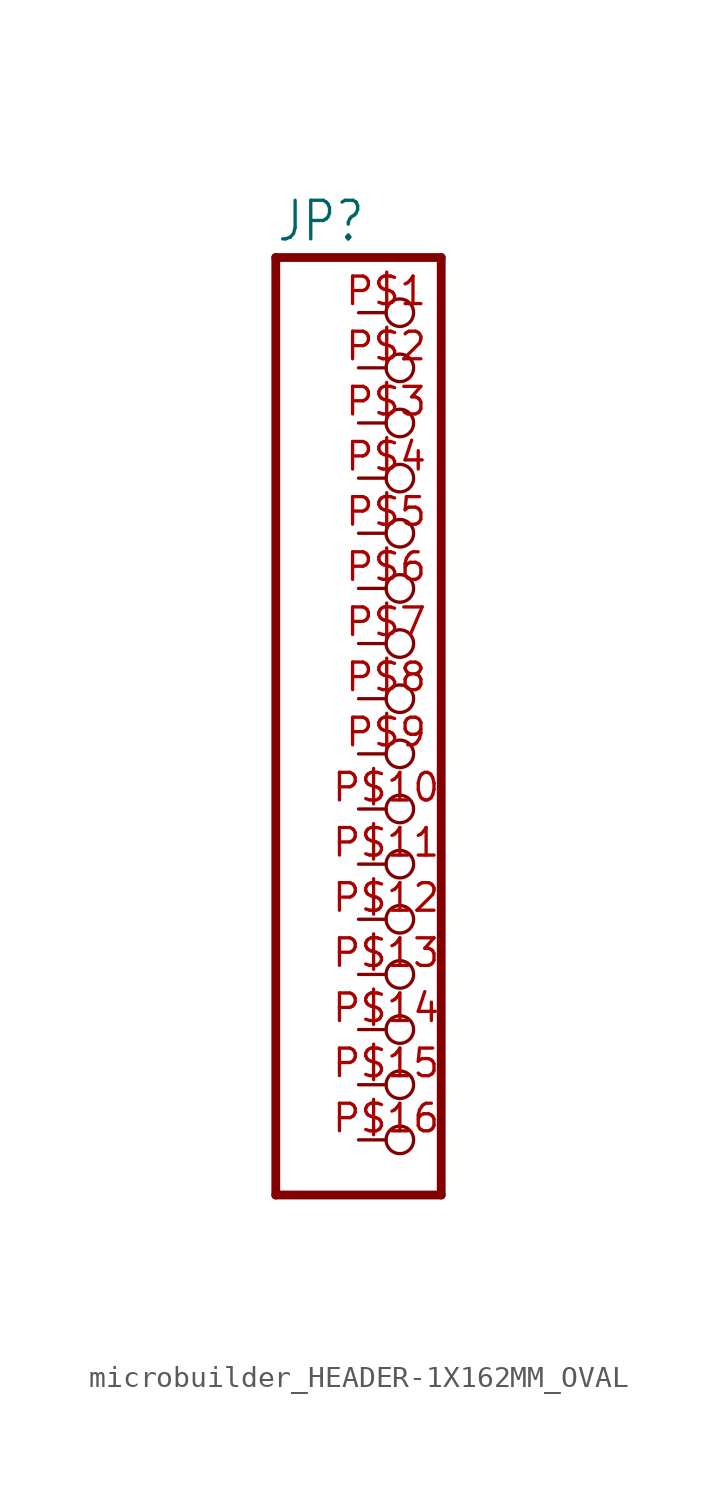
<source format=kicad_sym>
(kicad_symbol_lib
  (version 20231120)
  (generator "kicad_symbol_editor")
  (generator_version "8.0")
  (symbol "microbuilder_HEADER-1X162MM_OVAL"
    (property "Reference" "JP"
      (at -6.35 20.955 0)
      (effects (font (size 1.778 1.511)) (justify left bottom)))
    (property "Value" ""
      (at -6.35 -25.4 0)
      (effects (font (size 1.778 1.511)) (justify left bottom)))
    (property "ki_locked" ""
      (at 0 0 0)
      (effects (font (size 1.27 1.27))))
    (symbol "microbuilder_HEADER-1X162MM_OVAL_1_0"
      (polyline (pts (xy -6.35 -22.86) (xy 1.27 -22.86)) (stroke (width 0.406) (type solid)) (fill (type none)))
      (polyline (pts (xy -6.35 20.32) (xy -6.35 -22.86)) (stroke (width 0.406) (type solid)) (fill (type none)))
      (polyline (pts (xy 1.27 -22.86) (xy 1.27 20.32)) (stroke (width 0.406) (type solid)) (fill (type none)))
      (polyline (pts (xy 1.27 20.32) (xy -6.35 20.32)) (stroke (width 0.406) (type solid)) (fill (type none)))
      (pin passive inverted (at -2.54 17.78 0) (length 2.54) (name "1" (effects (font (size 0 0)))) (number "P$1" (effects (font (size 1.27 1.27)))))
      (pin passive inverted (at -2.54 -5.08 0) (length 2.54) (name "10" (effects (font (size 0 0)))) (number "P$10" (effects (font (size 1.27 1.27)))))
      (pin passive inverted (at -2.54 -7.62 0) (length 2.54) (name "11" (effects (font (size 0 0)))) (number "P$11" (effects (font (size 1.27 1.27)))))
      (pin passive inverted (at -2.54 -10.16 0) (length 2.54) (name "12" (effects (font (size 0 0)))) (number "P$12" (effects (font (size 1.27 1.27)))))
      (pin passive inverted (at -2.54 -12.7 0) (length 2.54) (name "13" (effects (font (size 0 0)))) (number "P$13" (effects (font (size 1.27 1.27)))))
      (pin passive inverted (at -2.54 -15.24 0) (length 2.54) (name "14" (effects (font (size 0 0)))) (number "P$14" (effects (font (size 1.27 1.27)))))
      (pin passive inverted (at -2.54 -17.78 0) (length 2.54) (name "15" (effects (font (size 0 0)))) (number "P$15" (effects (font (size 1.27 1.27)))))
      (pin passive inverted (at -2.54 -20.32 0) (length 2.54) (name "16" (effects (font (size 0 0)))) (number "P$16" (effects (font (size 1.27 1.27)))))
      (pin passive inverted (at -2.54 15.24 0) (length 2.54) (name "2" (effects (font (size 0 0)))) (number "P$2" (effects (font (size 1.27 1.27)))))
      (pin passive inverted (at -2.54 12.7 0) (length 2.54) (name "3" (effects (font (size 0 0)))) (number "P$3" (effects (font (size 1.27 1.27)))))
      (pin passive inverted (at -2.54 10.16 0) (length 2.54) (name "4" (effects (font (size 0 0)))) (number "P$4" (effects (font (size 1.27 1.27)))))
      (pin passive inverted (at -2.54 7.62 0) (length 2.54) (name "5" (effects (font (size 0 0)))) (number "P$5" (effects (font (size 1.27 1.27)))))
      (pin passive inverted (at -2.54 5.08 0) (length 2.54) (name "6" (effects (font (size 0 0)))) (number "P$6" (effects (font (size 1.27 1.27)))))
      (pin passive inverted (at -2.54 2.54 0) (length 2.54) (name "7" (effects (font (size 0 0)))) (number "P$7" (effects (font (size 1.27 1.27)))))
      (pin passive inverted (at -2.54 0 0) (length 2.54) (name "8" (effects (font (size 0 0)))) (number "P$8" (effects (font (size 1.27 1.27)))))
      (pin passive inverted (at -2.54 -2.54 0) (length 2.54) (name "9" (effects (font (size 0 0)))) (number "P$9" (effects (font (size 1.27 1.27))))))))
</source>
